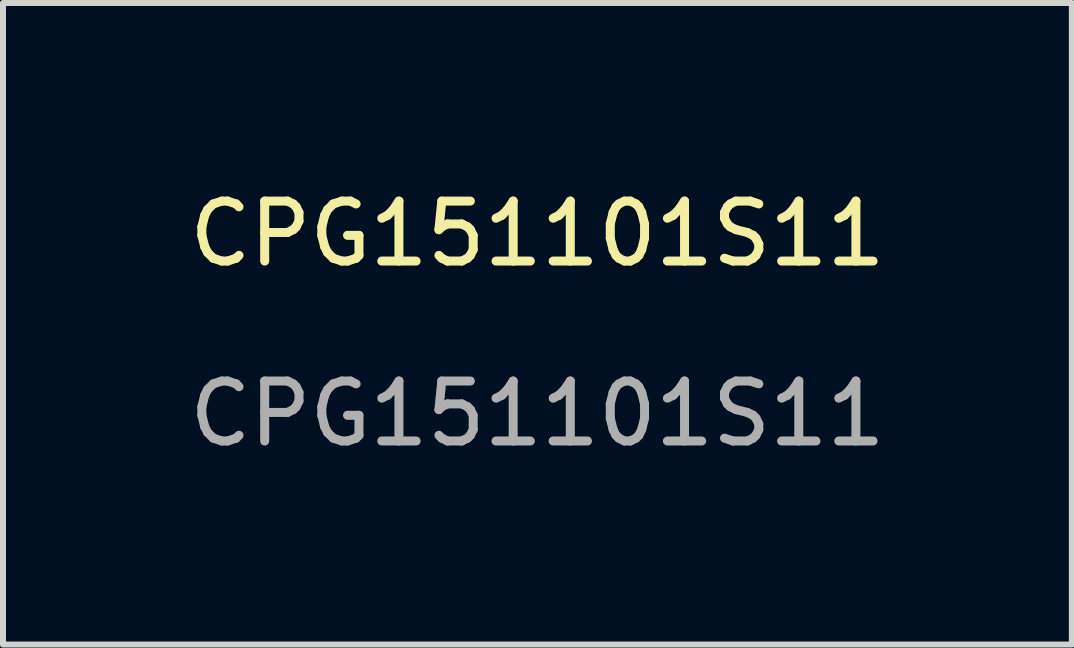
<source format=kicad_pcb>
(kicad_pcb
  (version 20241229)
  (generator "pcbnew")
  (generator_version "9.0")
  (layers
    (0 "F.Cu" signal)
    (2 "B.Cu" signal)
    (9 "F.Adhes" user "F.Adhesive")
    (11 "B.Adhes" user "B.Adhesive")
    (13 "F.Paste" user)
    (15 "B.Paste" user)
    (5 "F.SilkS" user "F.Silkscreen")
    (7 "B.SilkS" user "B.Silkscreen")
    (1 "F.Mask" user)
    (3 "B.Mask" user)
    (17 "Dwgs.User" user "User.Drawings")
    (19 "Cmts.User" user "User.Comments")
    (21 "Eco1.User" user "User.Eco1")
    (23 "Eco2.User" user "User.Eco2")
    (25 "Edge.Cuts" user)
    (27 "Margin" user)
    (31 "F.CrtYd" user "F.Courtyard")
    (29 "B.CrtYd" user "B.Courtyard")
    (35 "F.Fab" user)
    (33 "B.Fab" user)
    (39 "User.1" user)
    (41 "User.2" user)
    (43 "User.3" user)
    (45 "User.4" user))
  (footprint "CPG151101S11"
    (layer "F.Cu")
    (at 5.911 1.348)
    (property "Reference" "CPG151101S11" (at 0 -0.5 0) (unlocked yes) (layer "F.SilkS") (effects (font (size 1 1) (thickness 0.15))))
    (attr smd)
    (fp_text user "${REFERENCE}" (at 0 2.5 0) (unlocked yes) (layer "F.Fab") (effects (font (size 1 1) (thickness 0.15)))))
  (gr_rect
    (start -3 -3)
    (end 14.821 7.697)
    (stroke (width 0.1) (type default))
    (fill no)
    (layer "Edge.Cuts")))
</source>
